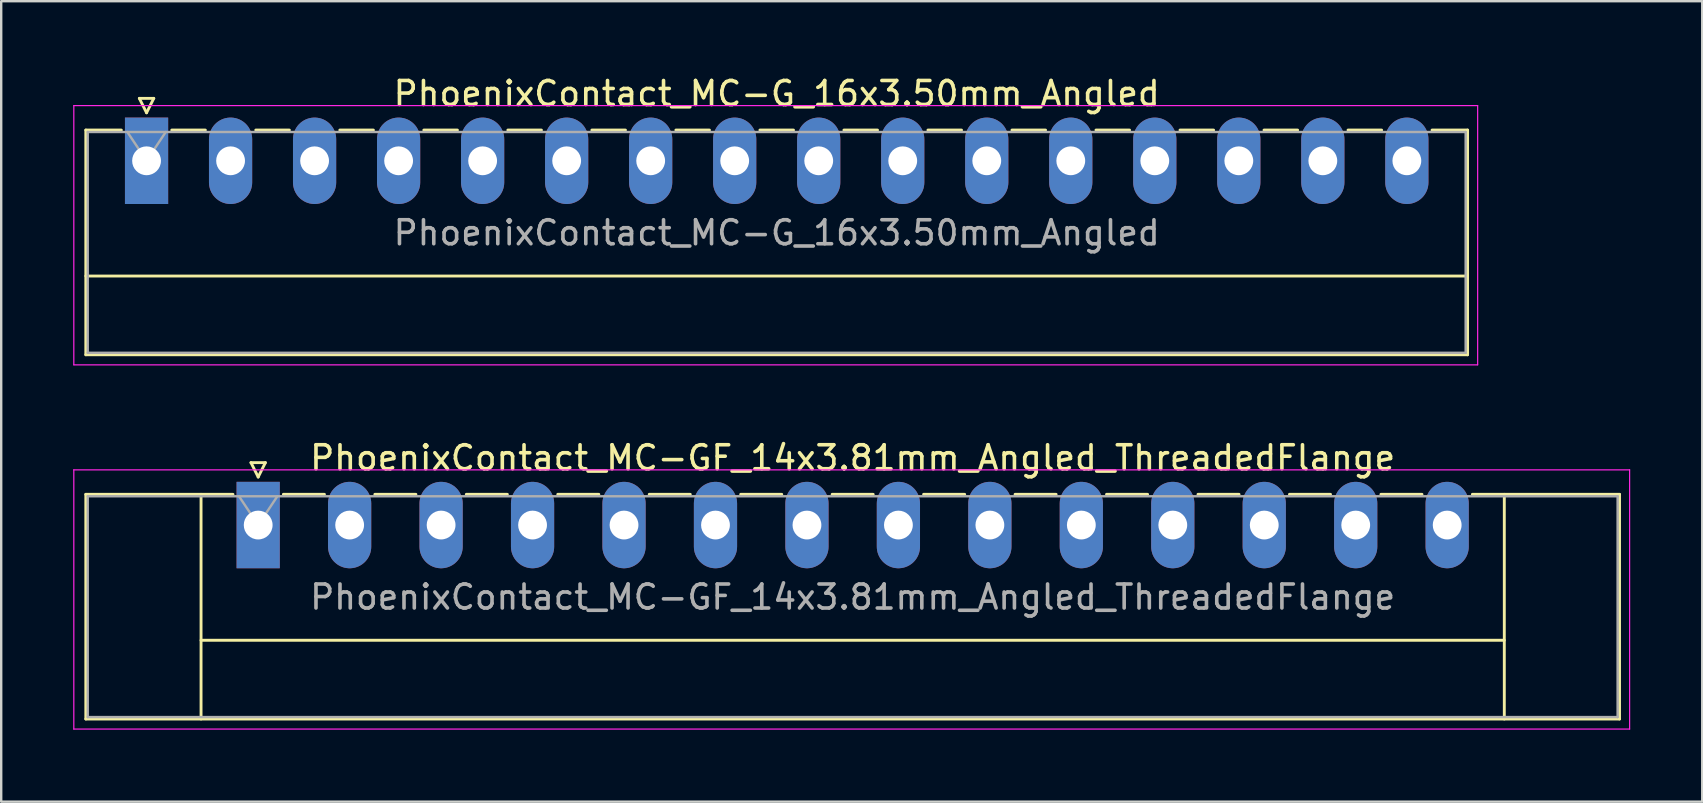
<source format=kicad_pcb>
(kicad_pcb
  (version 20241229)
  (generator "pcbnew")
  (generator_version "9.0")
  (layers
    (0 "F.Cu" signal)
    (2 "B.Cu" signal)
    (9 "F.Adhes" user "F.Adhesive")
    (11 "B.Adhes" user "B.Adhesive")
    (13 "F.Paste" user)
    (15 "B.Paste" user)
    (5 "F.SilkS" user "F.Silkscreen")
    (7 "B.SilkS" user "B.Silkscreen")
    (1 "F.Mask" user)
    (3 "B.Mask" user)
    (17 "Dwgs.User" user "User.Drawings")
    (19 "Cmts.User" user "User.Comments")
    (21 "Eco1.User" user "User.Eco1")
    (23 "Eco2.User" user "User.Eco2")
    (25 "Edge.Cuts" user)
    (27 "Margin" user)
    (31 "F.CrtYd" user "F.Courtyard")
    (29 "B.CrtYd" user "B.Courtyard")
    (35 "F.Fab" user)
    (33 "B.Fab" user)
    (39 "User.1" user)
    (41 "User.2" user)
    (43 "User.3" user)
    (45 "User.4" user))
  (footprint "PhoenixContact_MC-G_16x3.50mm_Angled"
    (layer "F.Cu")
    (at 3.055 3.648)
    (property "Reference" "PhoenixContact_MC-G_16x3.50mm_Angled" (at 26.25 -2.8 0) (layer "F.SilkS") (effects (font (size 1 1) (thickness 0.15))))
    (attr through_hole)
    (fp_line (start -2.53 -1.28) (end -2.53 8.08) (stroke (width 0.12) (type solid)) (layer "F.SilkS"))
    (fp_line (start -2.53 -1.28) (end -1.05 -1.28) (stroke (width 0.12) (type solid)) (layer "F.SilkS"))
    (fp_line (start -2.53 4.8) (end 55.03 4.8) (stroke (width 0.12) (type solid)) (layer "F.SilkS"))
    (fp_line (start -2.53 8.08) (end 55.03 8.08) (stroke (width 0.12) (type solid)) (layer "F.SilkS"))
    (fp_line (start -0.3 -2.6) (end 0.3 -2.6) (stroke (width 0.12) (type solid)) (layer "F.SilkS"))
    (fp_line (start 0 -2) (end -0.3 -2.6) (stroke (width 0.12) (type solid)) (layer "F.SilkS"))
    (fp_line (start 0.3 -2.6) (end 0 -2) (stroke (width 0.12) (type solid)) (layer "F.SilkS"))
    (fp_line (start 1.05 -1.28) (end 2.45 -1.28) (stroke (width 0.12) (type solid)) (layer "F.SilkS"))
    (fp_line (start 4.55 -1.28) (end 5.95 -1.28) (stroke (width 0.12) (type solid)) (layer "F.SilkS"))
    (fp_line (start 8.05 -1.28) (end 9.45 -1.28) (stroke (width 0.12) (type solid)) (layer "F.SilkS"))
    (fp_line (start 11.55 -1.28) (end 12.95 -1.28) (stroke (width 0.12) (type solid)) (layer "F.SilkS"))
    (fp_line (start 15.05 -1.28) (end 16.45 -1.28) (stroke (width 0.12) (type solid)) (layer "F.SilkS"))
    (fp_line (start 18.55 -1.28) (end 19.95 -1.28) (stroke (width 0.12) (type solid)) (layer "F.SilkS"))
    (fp_line (start 22.05 -1.28) (end 23.45 -1.28) (stroke (width 0.12) (type solid)) (layer "F.SilkS"))
    (fp_line (start 25.55 -1.28) (end 26.95 -1.28) (stroke (width 0.12) (type solid)) (layer "F.SilkS"))
    (fp_line (start 29.05 -1.28) (end 30.45 -1.28) (stroke (width 0.12) (type solid)) (layer "F.SilkS"))
    (fp_line (start 32.55 -1.28) (end 33.95 -1.28) (stroke (width 0.12) (type solid)) (layer "F.SilkS"))
    (fp_line (start 36.05 -1.28) (end 37.45 -1.28) (stroke (width 0.12) (type solid)) (layer "F.SilkS"))
    (fp_line (start 39.55 -1.28) (end 40.95 -1.28) (stroke (width 0.12) (type solid)) (layer "F.SilkS"))
    (fp_line (start 43.05 -1.28) (end 44.45 -1.28) (stroke (width 0.12) (type solid)) (layer "F.SilkS"))
    (fp_line (start 46.55 -1.28) (end 47.95 -1.28) (stroke (width 0.12) (type solid)) (layer "F.SilkS"))
    (fp_line (start 50.05 -1.28) (end 51.45 -1.28) (stroke (width 0.12) (type solid)) (layer "F.SilkS"))
    (fp_line (start 55.03 -1.28) (end 53.55 -1.28) (stroke (width 0.12) (type solid)) (layer "F.SilkS"))
    (fp_line (start 55.03 8.08) (end 55.03 -1.28) (stroke (width 0.12) (type solid)) (layer "F.SilkS"))
    (fp_line (start -3.03 -2.3) (end -3.03 8.5) (stroke (width 0.05) (type solid)) (layer "F.CrtYd"))
    (fp_line (start -3.03 8.5) (end 55.45 8.5) (stroke (width 0.05) (type solid)) (layer "F.CrtYd"))
    (fp_line (start 55.45 -2.3) (end -3.03 -2.3) (stroke (width 0.05) (type solid)) (layer "F.CrtYd"))
    (fp_line (start 55.45 8.5) (end 55.45 -2.3) (stroke (width 0.05) (type solid)) (layer "F.CrtYd"))
    (fp_line (start -2.45 -1.2) (end -2.45 8) (stroke (width 0.1) (type solid)) (layer "F.Fab"))
    (fp_line (start -2.45 8) (end 54.95 8) (stroke (width 0.1) (type solid)) (layer "F.Fab"))
    (fp_line (start 0 0) (end -0.8 -1.2) (stroke (width 0.1) (type solid)) (layer "F.Fab"))
    (fp_line (start 0.8 -1.2) (end 0 0) (stroke (width 0.1) (type solid)) (layer "F.Fab"))
    (fp_line (start 54.95 -1.2) (end -2.45 -1.2) (stroke (width 0.1) (type solid)) (layer "F.Fab"))
    (fp_line (start 54.95 8) (end 54.95 -1.2) (stroke (width 0.1) (type solid)) (layer "F.Fab"))
    (fp_text user "${REFERENCE}" (at 26.25 3 0) (layer "F.Fab") (effects (font (size 1 1) (thickness 0.15))))
    (pad "1" thru_hole rect (at 0 0) (size 1.8 3.6) (drill 1.2) (layers "*.Cu" "*.Mask"))
    (pad "2" thru_hole oval (at 3.5 0) (size 1.8 3.6) (drill 1.2) (layers "*.Cu" "*.Mask"))
    (pad "3" thru_hole oval (at 7 0) (size 1.8 3.6) (drill 1.2) (layers "*.Cu" "*.Mask"))
    (pad "4" thru_hole oval (at 10.5 0) (size 1.8 3.6) (drill 1.2) (layers "*.Cu" "*.Mask"))
    (pad "5" thru_hole oval (at 14 0) (size 1.8 3.6) (drill 1.2) (layers "*.Cu" "*.Mask"))
    (pad "6" thru_hole oval (at 17.5 0) (size 1.8 3.6) (drill 1.2) (layers "*.Cu" "*.Mask"))
    (pad "7" thru_hole oval (at 21 0) (size 1.8 3.6) (drill 1.2) (layers "*.Cu" "*.Mask"))
    (pad "8" thru_hole oval (at 24.5 0) (size 1.8 3.6) (drill 1.2) (layers "*.Cu" "*.Mask"))
    (pad "9" thru_hole oval (at 28 0) (size 1.8 3.6) (drill 1.2) (layers "*.Cu" "*.Mask"))
    (pad "10" thru_hole oval (at 31.5 0) (size 1.8 3.6) (drill 1.2) (layers "*.Cu" "*.Mask"))
    (pad "11" thru_hole oval (at 35 0) (size 1.8 3.6) (drill 1.2) (layers "*.Cu" "*.Mask"))
    (pad "12" thru_hole oval (at 38.5 0) (size 1.8 3.6) (drill 1.2) (layers "*.Cu" "*.Mask"))
    (pad "13" thru_hole oval (at 42 0) (size 1.8 3.6) (drill 1.2) (layers "*.Cu" "*.Mask"))
    (pad "14" thru_hole oval (at 45.5 0) (size 1.8 3.6) (drill 1.2) (layers "*.Cu" "*.Mask"))
    (pad "15" thru_hole oval (at 49 0) (size 1.8 3.6) (drill 1.2) (layers "*.Cu" "*.Mask"))
    (pad "16" thru_hole oval (at 52.5 0) (size 1.8 3.6) (drill 1.2) (layers "*.Cu" "*.Mask")))
  (footprint "PhoenixContact_MC-GF_14x3.81mm_Angled_ThreadedFlange"
    (layer "F.Cu")
    (at 7.705 18.822)
    (property "Reference" "PhoenixContact_MC-GF_14x3.81mm_Angled_ThreadedFlange" (at 24.765 -2.8 0) (layer "F.SilkS") (effects (font (size 1 1) (thickness 0.15))))
    (attr through_hole)
    (fp_line (start -7.18 -1.28) (end -7.18 8.08) (stroke (width 0.12) (type solid)) (layer "F.SilkS"))
    (fp_line (start -7.18 -1.28) (end -1.05 -1.28) (stroke (width 0.12) (type solid)) (layer "F.SilkS"))
    (fp_line (start -7.18 8.08) (end 56.71 8.08) (stroke (width 0.12) (type solid)) (layer "F.SilkS"))
    (fp_line (start -2.38 -1.28) (end -2.38 8.08) (stroke (width 0.12) (type solid)) (layer "F.SilkS"))
    (fp_line (start -2.38 4.8) (end 51.91 4.8) (stroke (width 0.12) (type solid)) (layer "F.SilkS"))
    (fp_line (start -0.3 -2.6) (end 0.3 -2.6) (stroke (width 0.12) (type solid)) (layer "F.SilkS"))
    (fp_line (start 0 -2) (end -0.3 -2.6) (stroke (width 0.12) (type solid)) (layer "F.SilkS"))
    (fp_line (start 0.3 -2.6) (end 0 -2) (stroke (width 0.12) (type solid)) (layer "F.SilkS"))
    (fp_line (start 1.05 -1.28) (end 2.76 -1.28) (stroke (width 0.12) (type solid)) (layer "F.SilkS"))
    (fp_line (start 4.86 -1.28) (end 6.57 -1.28) (stroke (width 0.12) (type solid)) (layer "F.SilkS"))
    (fp_line (start 8.67 -1.28) (end 10.38 -1.28) (stroke (width 0.12) (type solid)) (layer "F.SilkS"))
    (fp_line (start 12.48 -1.28) (end 14.19 -1.28) (stroke (width 0.12) (type solid)) (layer "F.SilkS"))
    (fp_line (start 16.29 -1.28) (end 18 -1.28) (stroke (width 0.12) (type solid)) (layer "F.SilkS"))
    (fp_line (start 20.1 -1.28) (end 21.81 -1.28) (stroke (width 0.12) (type solid)) (layer "F.SilkS"))
    (fp_line (start 23.91 -1.28) (end 25.62 -1.28) (stroke (width 0.12) (type solid)) (layer "F.SilkS"))
    (fp_line (start 27.72 -1.28) (end 29.43 -1.28) (stroke (width 0.12) (type solid)) (layer "F.SilkS"))
    (fp_line (start 31.53 -1.28) (end 33.24 -1.28) (stroke (width 0.12) (type solid)) (layer "F.SilkS"))
    (fp_line (start 35.34 -1.28) (end 37.05 -1.28) (stroke (width 0.12) (type solid)) (layer "F.SilkS"))
    (fp_line (start 39.15 -1.28) (end 40.86 -1.28) (stroke (width 0.12) (type solid)) (layer "F.SilkS"))
    (fp_line (start 42.96 -1.28) (end 44.67 -1.28) (stroke (width 0.12) (type solid)) (layer "F.SilkS"))
    (fp_line (start 46.77 -1.28) (end 48.48 -1.28) (stroke (width 0.12) (type solid)) (layer "F.SilkS"))
    (fp_line (start 51.91 -1.28) (end 51.91 8.08) (stroke (width 0.12) (type solid)) (layer "F.SilkS"))
    (fp_line (start 56.71 -1.28) (end 50.58 -1.28) (stroke (width 0.12) (type solid)) (layer "F.SilkS"))
    (fp_line (start 56.71 8.08) (end 56.71 -1.28) (stroke (width 0.12) (type solid)) (layer "F.SilkS"))
    (fp_line (start -7.68 -2.3) (end -7.68 8.5) (stroke (width 0.05) (type solid)) (layer "F.CrtYd"))
    (fp_line (start -7.68 8.5) (end 57.13 8.5) (stroke (width 0.05) (type solid)) (layer "F.CrtYd"))
    (fp_line (start 57.13 -2.3) (end -7.68 -2.3) (stroke (width 0.05) (type solid)) (layer "F.CrtYd"))
    (fp_line (start 57.13 8.5) (end 57.13 -2.3) (stroke (width 0.05) (type solid)) (layer "F.CrtYd"))
    (fp_line (start -7.1 -1.2) (end -7.1 8) (stroke (width 0.1) (type solid)) (layer "F.Fab"))
    (fp_line (start -7.1 8) (end 56.63 8) (stroke (width 0.1) (type solid)) (layer "F.Fab"))
    (fp_line (start 0 0) (end -0.8 -1.2) (stroke (width 0.1) (type solid)) (layer "F.Fab"))
    (fp_line (start 0.8 -1.2) (end 0 0) (stroke (width 0.1) (type solid)) (layer "F.Fab"))
    (fp_line (start 56.63 -1.2) (end -7.1 -1.2) (stroke (width 0.1) (type solid)) (layer "F.Fab"))
    (fp_line (start 56.63 8) (end 56.63 -1.2) (stroke (width 0.1) (type solid)) (layer "F.Fab"))
    (fp_text user "${REFERENCE}" (at 24.765 3 0) (layer "F.Fab") (effects (font (size 1 1) (thickness 0.15))))
    (pad "1" thru_hole rect (at 0 0) (size 1.8 3.6) (drill 1.2) (layers "*.Cu" "*.Mask"))
    (pad "2" thru_hole oval (at 3.81 0) (size 1.8 3.6) (drill 1.2) (layers "*.Cu" "*.Mask"))
    (pad "3" thru_hole oval (at 7.62 0) (size 1.8 3.6) (drill 1.2) (layers "*.Cu" "*.Mask"))
    (pad "4" thru_hole oval (at 11.43 0) (size 1.8 3.6) (drill 1.2) (layers "*.Cu" "*.Mask"))
    (pad "5" thru_hole oval (at 15.24 0) (size 1.8 3.6) (drill 1.2) (layers "*.Cu" "*.Mask"))
    (pad "6" thru_hole oval (at 19.05 0) (size 1.8 3.6) (drill 1.2) (layers "*.Cu" "*.Mask"))
    (pad "7" thru_hole oval (at 22.86 0) (size 1.8 3.6) (drill 1.2) (layers "*.Cu" "*.Mask"))
    (pad "8" thru_hole oval (at 26.67 0) (size 1.8 3.6) (drill 1.2) (layers "*.Cu" "*.Mask"))
    (pad "9" thru_hole oval (at 30.48 0) (size 1.8 3.6) (drill 1.2) (layers "*.Cu" "*.Mask"))
    (pad "10" thru_hole oval (at 34.29 0) (size 1.8 3.6) (drill 1.2) (layers "*.Cu" "*.Mask"))
    (pad "11" thru_hole oval (at 38.1 0) (size 1.8 3.6) (drill 1.2) (layers "*.Cu" "*.Mask"))
    (pad "12" thru_hole oval (at 41.91 0) (size 1.8 3.6) (drill 1.2) (layers "*.Cu" "*.Mask"))
    (pad "13" thru_hole oval (at 45.72 0) (size 1.8 3.6) (drill 1.2) (layers "*.Cu" "*.Mask"))
    (pad "14" thru_hole oval (at 49.53 0) (size 1.8 3.6) (drill 1.2) (layers "*.Cu" "*.Mask")))
  (gr_rect
    (start -3 -3)
    (end 67.86 30.346)
    (stroke (width 0.1) (type default))
    (fill no)
    (layer "Edge.Cuts")))
</source>
